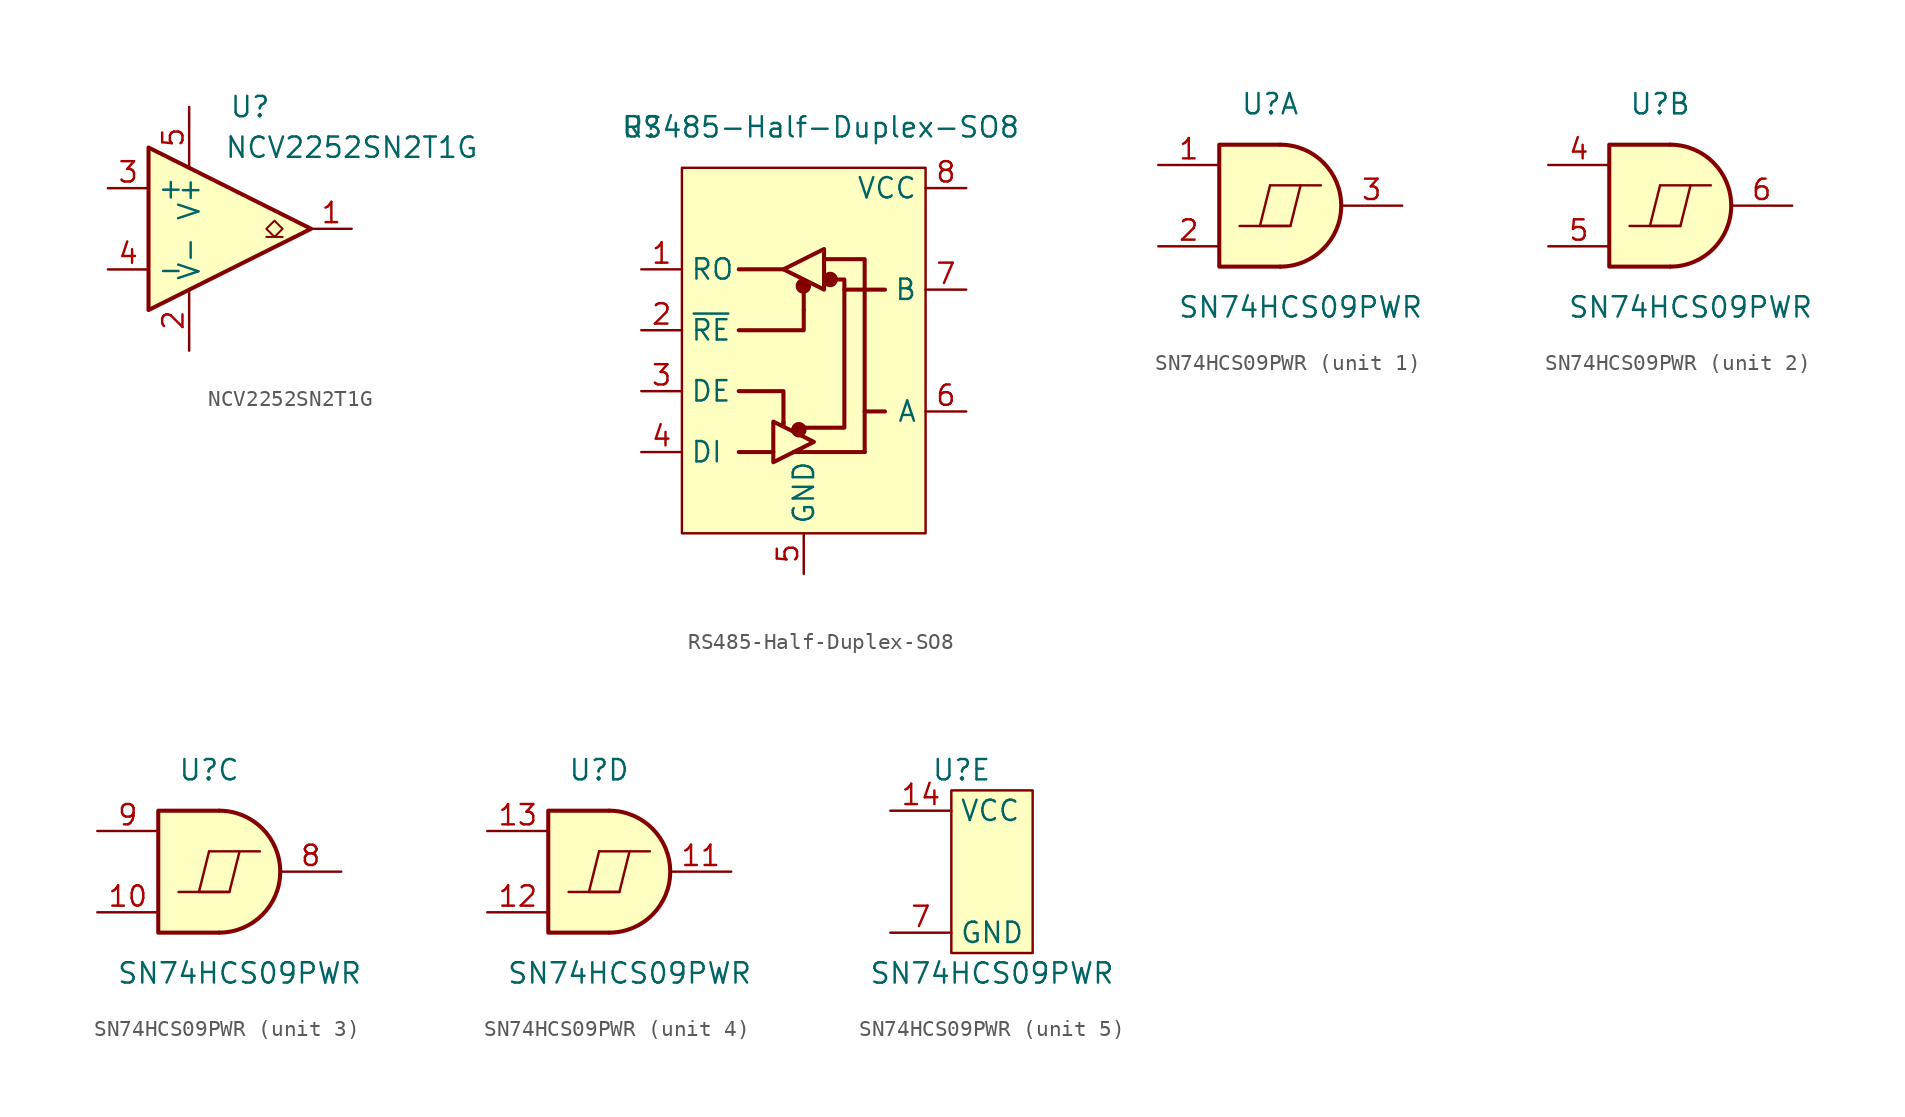
<source format=kicad_sym>
(kicad_symbol_lib
  (version 20211014)
  (generator kicad_symbol_editor)
  (symbol "NCV2252SN2T1G"
    (property "Reference" "U"
      (at 3.81 7.62 0)
      (effects (font (size 1.27 1.27))))
    (property "Value" "NCV2252SN2T1G"
      (at 10.16 5.08 0)
      (effects (font (size 1.27 1.27))))
    (symbol "NCV2252SN2T1G_0_1"
      (polyline (pts (xy -2.54 5.08) (xy 7.62 0) (xy -2.54 -5.08) (xy -2.54 5.08)) (stroke (width 0.254) (type default) (color 0 0 0 0)) (fill (type background)))
      (polyline (pts (xy 5.842 -0.508) (xy 5.334 -0.508) (xy 5.842 0) (xy 5.334 0.508) (xy 4.826 0) (xy 5.334 -0.508) (xy 4.826 -0.508)) (stroke (width 0.127) (type default) (color 0 0 0 0)) (fill (type none)))
      (pin power_in line (at 0 -7.62 90) (length 3.81) (name "V-" (effects (font (size 1.27 1.27)))) (number "2" (effects (font (size 1.27 1.27)))))
      (pin power_in line (at 0 7.62 270) (length 3.81) (name "V+" (effects (font (size 1.27 1.27)))) (number "5" (effects (font (size 1.27 1.27))))))
    (symbol "NCV2252SN2T1G_1_1"
      (pin open_collector line (at 10.16 0 180) (length 2.54) (name "~" (effects (font (size 1.27 1.27)))) (number "1" (effects (font (size 1.27 1.27)))))
      (pin input line (at -5.08 2.54 0) (length 2.54) (name "+" (effects (font (size 1.27 1.27)))) (number "3" (effects (font (size 1.27 1.27)))))
      (pin input line (at -5.08 -2.54 0) (length 2.54) (name "-" (effects (font (size 1.27 1.27)))) (number "4" (effects (font (size 1.27 1.27)))))))
  (symbol "RS485-Half-Duplex-SO8"
    (property "Reference" "U"
      (at -10.16 12.7 0)
      (effects (font (size 1.27 1.27))))
    (property "Value" "RS485-Half-Duplex-SO8"
      (at -11.43 12.7 0)
      (effects (font (size 1.27 1.27)) (justify left)))
    (symbol "RS485-Half-Duplex-SO8_0_1"
      (circle (center -0.305 -6.223) (radius 0.356) (stroke (width 0.254) (type default) (color 0 0 0 0)) (fill (type outline)))
      (circle (center -0.025 2.769) (radius 0.356) (stroke (width 0.254) (type default) (color 0 0 0 0)) (fill (type outline)))
      (polyline (pts (xy -4.064 -7.62) (xy -1.905 -7.62)) (stroke (width 0.254) (type default) (color 0 0 0 0)) (fill (type none)))
      (polyline (pts (xy -4.064 3.81) (xy -1.27 3.81)) (stroke (width 0.254) (type default) (color 0 0 0 0)) (fill (type none)))
      (polyline (pts (xy -1.27 -5.74) (xy -1.27 -5.994)) (stroke (width 0.254) (type default) (color 0 0 0 0)) (fill (type none)))
      (polyline (pts (xy -0.635 -7.62) (xy 3.81 -7.62)) (stroke (width 0.254) (type default) (color 0 0 0 0)) (fill (type none)))
      (polyline (pts (xy 0 1.27) (xy 0 2.54)) (stroke (width 0.254) (type default) (color 0 0 0 0)) (fill (type none)))
      (polyline (pts (xy 3.81 -5.08) (xy 5.08 -5.08)) (stroke (width 0.254) (type default) (color 0 0 0 0)) (fill (type none)))
      (polyline (pts (xy -4.064 -3.81) (xy -1.27 -3.81) (xy -1.27 -5.842)) (stroke (width 0.254) (type default) (color 0 0 0 0)) (fill (type none)))
      (polyline (pts (xy 0 1.27) (xy 0 0) (xy -4.064 0)) (stroke (width 0.254) (type default) (color 0 0 0 0)) (fill (type none)))
      (polyline (pts (xy 1.27 4.445) (xy 3.81 4.445) (xy 3.81 -7.62)) (stroke (width 0.254) (type default) (color 0 0 0 0)) (fill (type none)))
      (polyline (pts (xy 2.54 2.54) (xy 2.54 -6.096) (xy -0.254 -6.096)) (stroke (width 0.254) (type default) (color 0 0 0 0)) (fill (type none)))
      (polyline (pts (xy -1.905 -5.715) (xy -1.905 -8.255) (xy 0.635 -6.985) (xy -1.905 -5.715)) (stroke (width 0.254) (type default) (color 0 0 0 0)) (fill (type none)))
      (polyline (pts (xy -1.27 3.81) (xy 1.27 5.08) (xy 1.27 2.54) (xy -1.27 3.81)) (stroke (width 0.254) (type default) (color 0 0 0 0)) (fill (type none)))
      (polyline (pts (xy 5.08 2.54) (xy 2.54 2.54) (xy 2.54 3.175) (xy 1.905 3.175)) (stroke (width 0.254) (type default) (color 0 0 0 0)) (fill (type none)))
      (rectangle (start 1.27 4.445) (end 1.27 4.445) (stroke (width 0) (type default) (color 0 0 0 0)) (fill (type none)))
      (circle (center 1.651 3.175) (radius 0.356) (stroke (width 0.254) (type default) (color 0 0 0 0)) (fill (type outline)))
      (rectangle (start 7.62 10.16) (end -7.62 -12.7) (stroke (width 0) (type default) (color 0 0 0 0)) (fill (type background))))
    (symbol "RS485-Half-Duplex-SO8_1_1"
      (pin output line (at -10.16 3.81 0) (length 2.54) (name "RO" (effects (font (size 1.27 1.27)))) (number "1" (effects (font (size 1.27 1.27)))))
      (pin input line (at -10.16 0 0) (length 2.54) (name "~{RE}" (effects (font (size 1.27 1.27)))) (number "2" (effects (font (size 1.27 1.27)))))
      (pin input line (at -10.16 -3.81 0) (length 2.54) (name "DE" (effects (font (size 1.27 1.27)))) (number "3" (effects (font (size 1.27 1.27)))))
      (pin input line (at -10.16 -7.62 0) (length 2.54) (name "DI" (effects (font (size 1.27 1.27)))) (number "4" (effects (font (size 1.27 1.27)))))
      (pin power_in line (at 0 -15.24 90) (length 2.54) (name "GND" (effects (font (size 1.27 1.27)))) (number "5" (effects (font (size 1.27 1.27)))))
      (pin bidirectional line (at 10.16 -5.08 180) (length 2.54) (name "A" (effects (font (size 1.27 1.27)))) (number "6" (effects (font (size 1.27 1.27)))))
      (pin bidirectional line (at 10.16 2.54 180) (length 2.54) (name "B" (effects (font (size 1.27 1.27)))) (number "7" (effects (font (size 1.27 1.27)))))
      (pin power_in line (at 10.16 8.89 180) (length 2.54) (name "VCC" (effects (font (size 1.27 1.27)))) (number "8" (effects (font (size 1.27 1.27)))))))
  (symbol "SN74HCS09PWR"
    (property "Reference" "U"
      (at 0.635 6.35 0)
      (effects (font (size 1.27 1.27))))
    (property "Value" "SN74HCS09PWR"
      (at 2.54 -6.35 0)
      (effects (font (size 1.27 1.27))))
    (property "ki_locked" ""
      (at 0 0 0)
      (effects (font (size 1.27 1.27))))
    (symbol "SN74HCS09PWR_1_1"
      (polyline (pts (xy -1.27 -1.27) (xy 1.905 -1.27)) (stroke (width 0) (type default) (color 0 0 0 0)) (fill (type none)))
      (polyline (pts (xy 3.81 1.27) (xy 0.635 1.27)) (stroke (width 0) (type default) (color 0 0 0 0)) (fill (type none)))
      (polyline (pts (xy 0.635 1.27) (xy 0 -1.27) (xy 1.905 -1.27) (xy 2.54 1.27)) (stroke (width 0) (type default) (color 0 0 0 0)) (fill (type none)))
      (polyline (pts (xy 1.27 3.81) (xy -2.54 3.81) (xy -2.54 -3.81) (xy 1.27 -3.81)) (stroke (width 0.254) (type default) (color 0 0 0 0)) (fill (type background)))
      (arc (start 1.27 -3.81) (mid 5.08 0) (end 1.27 3.81) (stroke (width 0.254) (type default) (color 0 0 0 0)) (fill (type background)))
      (pin input line (at -6.35 2.54 0) (length 3.81) (name "~" (effects (font (size 1.27 1.27)))) (number "1" (effects (font (size 1.27 1.27)))))
      (pin input line (at -6.35 -2.54 0) (length 3.81) (name "~" (effects (font (size 1.27 1.27)))) (number "2" (effects (font (size 1.27 1.27)))))
      (pin output line (at 8.89 0 180) (length 3.81) (name "~" (effects (font (size 1.27 1.27)))) (number "3" (effects (font (size 1.27 1.27))))))
    (symbol "SN74HCS09PWR_2_1"
      (polyline (pts (xy -1.27 -1.27) (xy 1.905 -1.27)) (stroke (width 0) (type default) (color 0 0 0 0)) (fill (type none)))
      (polyline (pts (xy 3.81 1.27) (xy 0.635 1.27)) (stroke (width 0) (type default) (color 0 0 0 0)) (fill (type none)))
      (polyline (pts (xy 0.635 1.27) (xy 0 -1.27) (xy 1.905 -1.27) (xy 2.54 1.27)) (stroke (width 0) (type default) (color 0 0 0 0)) (fill (type none)))
      (polyline (pts (xy 1.27 3.81) (xy -2.54 3.81) (xy -2.54 -3.81) (xy 1.27 -3.81)) (stroke (width 0.254) (type default) (color 0 0 0 0)) (fill (type background)))
      (arc (start 1.27 -3.81) (mid 5.08 0) (end 1.27 3.81) (stroke (width 0.254) (type default) (color 0 0 0 0)) (fill (type background)))
      (pin input line (at -6.35 2.54 0) (length 3.81) (name "~" (effects (font (size 1.27 1.27)))) (number "4" (effects (font (size 1.27 1.27)))))
      (pin input line (at -6.35 -2.54 0) (length 3.81) (name "~" (effects (font (size 1.27 1.27)))) (number "5" (effects (font (size 1.27 1.27)))))
      (pin output line (at 8.89 0 180) (length 3.81) (name "" (effects (font (size 1.27 1.27)))) (number "6" (effects (font (size 1.27 1.27))))))
    (symbol "SN74HCS09PWR_3_1"
      (polyline (pts (xy -1.27 -1.27) (xy 1.905 -1.27)) (stroke (width 0) (type default) (color 0 0 0 0)) (fill (type none)))
      (polyline (pts (xy 3.81 1.27) (xy 0.635 1.27)) (stroke (width 0) (type default) (color 0 0 0 0)) (fill (type none)))
      (polyline (pts (xy 0.635 1.27) (xy 0 -1.27) (xy 1.905 -1.27) (xy 2.54 1.27)) (stroke (width 0) (type default) (color 0 0 0 0)) (fill (type none)))
      (polyline (pts (xy 1.27 3.81) (xy -2.54 3.81) (xy -2.54 -3.81) (xy 1.27 -3.81)) (stroke (width 0.254) (type default) (color 0 0 0 0)) (fill (type background)))
      (arc (start 1.27 -3.81) (mid 5.08 0) (end 1.27 3.81) (stroke (width 0.254) (type default) (color 0 0 0 0)) (fill (type background)))
      (pin input line (at -6.35 -2.54 0) (length 3.81) (name "~" (effects (font (size 1.27 1.27)))) (number "10" (effects (font (size 1.27 1.27)))))
      (pin output line (at 8.89 0 180) (length 3.81) (name "~" (effects (font (size 1.27 1.27)))) (number "8" (effects (font (size 1.27 1.27)))))
      (pin input line (at -6.35 2.54 0) (length 3.81) (name "~" (effects (font (size 1.27 1.27)))) (number "9" (effects (font (size 1.27 1.27))))))
    (symbol "SN74HCS09PWR_4_1"
      (polyline (pts (xy -1.27 -1.27) (xy 1.905 -1.27)) (stroke (width 0) (type default) (color 0 0 0 0)) (fill (type none)))
      (polyline (pts (xy 3.81 1.27) (xy 0.635 1.27)) (stroke (width 0) (type default) (color 0 0 0 0)) (fill (type none)))
      (polyline (pts (xy 0.635 1.27) (xy 0 -1.27) (xy 1.905 -1.27) (xy 2.54 1.27)) (stroke (width 0) (type default) (color 0 0 0 0)) (fill (type none)))
      (polyline (pts (xy 1.27 3.81) (xy -2.54 3.81) (xy -2.54 -3.81) (xy 1.27 -3.81)) (stroke (width 0.254) (type default) (color 0 0 0 0)) (fill (type background)))
      (arc (start 1.27 -3.81) (mid 5.08 0) (end 1.27 3.81) (stroke (width 0.254) (type default) (color 0 0 0 0)) (fill (type background)))
      (pin output line (at 8.89 0 180) (length 3.81) (name "" (effects (font (size 1.27 1.27)))) (number "11" (effects (font (size 1.27 1.27)))))
      (pin input line (at -6.35 -2.54 0) (length 3.81) (name "~" (effects (font (size 1.27 1.27)))) (number "12" (effects (font (size 1.27 1.27)))))
      (pin input line (at -6.35 2.54 0) (length 3.81) (name "~" (effects (font (size 1.27 1.27)))) (number "13" (effects (font (size 1.27 1.27))))))
    (symbol "SN74HCS09PWR_5_1"
      (rectangle (start 0 5.08) (end 5.08 -5.08) (stroke (width 0) (type default) (color 0 0 0 0)) (fill (type background)))
      (pin power_in line (at -3.81 3.81 0) (length 3.81) (name "VCC" (effects (font (size 1.27 1.27)))) (number "14" (effects (font (size 1.27 1.27)))))
      (pin power_in line (at -3.81 -3.81 0) (length 3.81) (name "GND" (effects (font (size 1.27 1.27)))) (number "7" (effects (font (size 1.27 1.27))))))))
</source>
